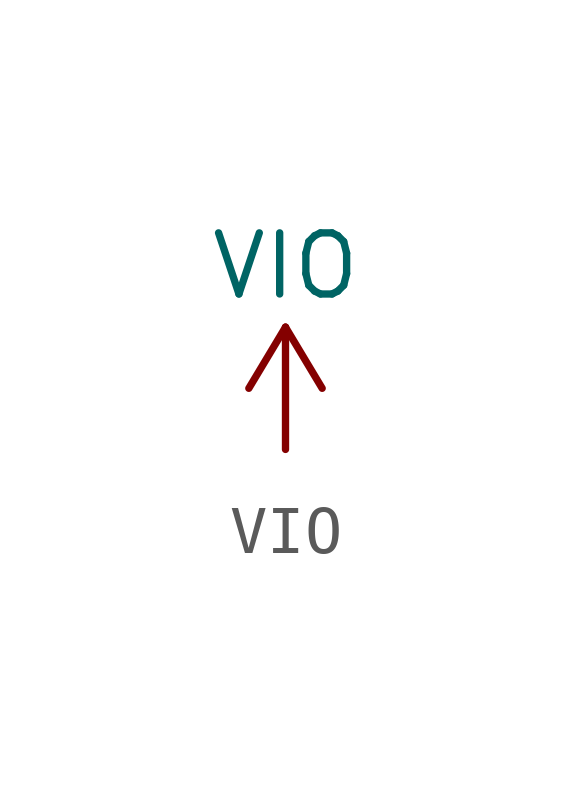
<source format=kicad_sym>
(kicad_symbol_lib
  (version 20211014)
  (generator kicad_symbol_editor)
  (symbol "VIO"
    (power)
    (pin_numbers hide)
    (property "Reference" "#PWR"
      (at 7.62 0 0)
      (effects (font (size 1.27 1.27)) hide))
    (property "Value" "VIO"
      (at 0 3.81 0)
      (effects (font (size 1.27 1.27))))
    (symbol "VIO_0_1"
      (polyline (pts (xy 0 0) (xy 0 2.54)) (stroke (width 0) (type default) (color 0 0 0 0)) (fill (type none)))
      (polyline (pts (xy 0 2.54) (xy -0.762 1.27)) (stroke (width 0) (type default) (color 0 0 0 0)) (fill (type none)))
      (polyline (pts (xy 0 2.54) (xy 0.762 1.27)) (stroke (width 0) (type default) (color 0 0 0 0)) (fill (type none))))
    (symbol "VIO_1_1"
      (pin power_in line (at 0 0 90) (length 0) hide (name "VIO" (effects (font (size 1.27 1.27)))) (number "1" (effects (font (size 1.27 1.27))))))))
</source>
